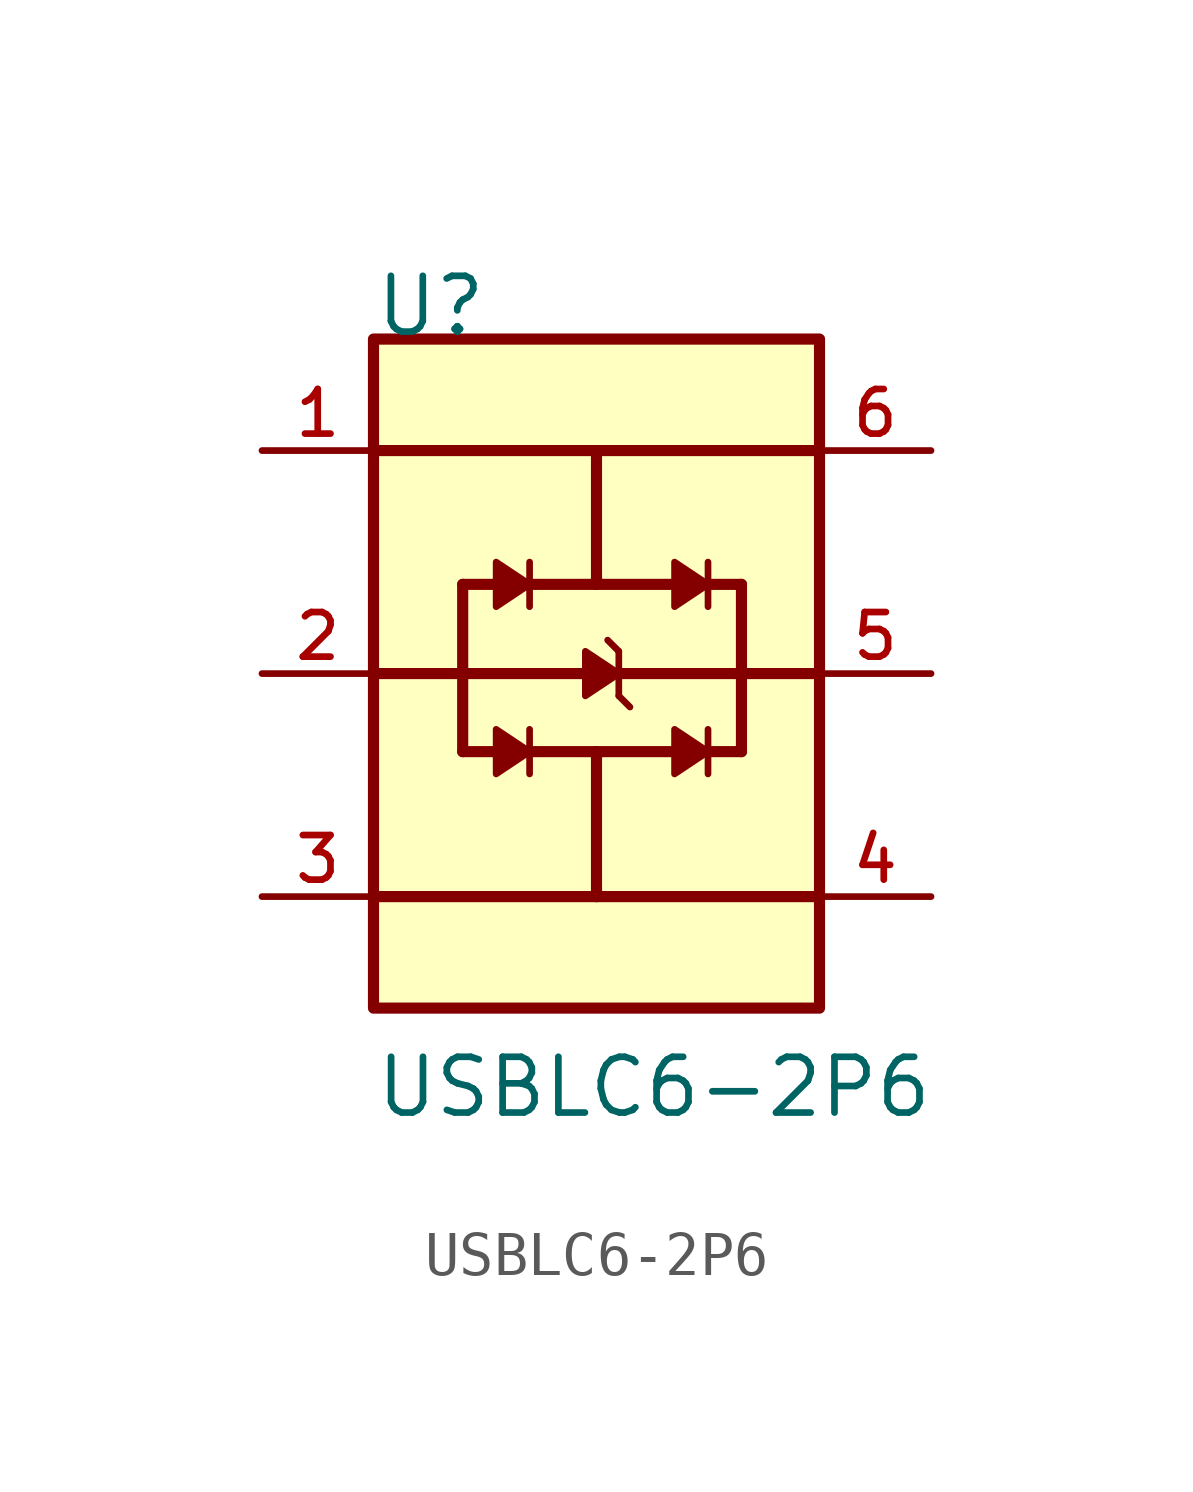
<source format=kicad_sym>
(kicad_symbol_lib
  (version 20211014)
  (generator kicad_symbol_editor)
  (symbol "USBLC6-2P6"
    (pin_names
      (offset 1.016))
    (property "Reference" "U"
      (at -5.085 7.627 0)
      (effects (font (size 1.27 1.27)) (justify bottom left)))
    (property "Value" "USBLC6-2P6"
      (at -5.081 -10.162 0)
      (effects (font (size 1.27 1.27)) (justify bottom left)))
    (symbol "USBLC6-2P6_0_0"
      (polyline (pts (xy -3.048 -1.778) (xy -3.048 0.0)) (stroke (width 0.254)))
      (polyline (pts (xy -3.048 0.0) (xy -3.048 2.032)) (stroke (width 0.254)))
      (polyline (pts (xy 3.302 2.032) (xy 3.302 -1.778)) (stroke (width 0.254)))
      (polyline (pts (xy 5.08 0.0) (xy 0.508 0.0)) (stroke (width 0.254)))
      (polyline (pts (xy 0.508 0.0) (xy -3.048 0.0)) (stroke (width 0.254)))
      (polyline (pts (xy 0.762 -0.762) (xy 0.508 -0.508)) (stroke (width 0.152)))
      (polyline (pts (xy 0.508 -0.508) (xy 0.508 0.0)) (stroke (width 0.152)))
      (polyline (pts (xy 0.508 0.0) (xy 0.508 0.508)) (stroke (width 0.152)))
      (polyline (pts (xy 0.508 0.508) (xy 0.254 0.762)) (stroke (width 0.152)))
      (polyline (pts (xy 0.508 0.0) (xy -0.254 0.508) (xy -0.254 -0.508) (xy 0.508 0.0)) (stroke (width 0.152)) (fill (type outline)))
      (polyline (pts (xy -1.524 2.032) (xy -3.048 2.032)) (stroke (width 0.254)))
      (polyline (pts (xy -1.524 1.524) (xy -1.524 2.032)) (stroke (width 0.152)))
      (polyline (pts (xy -1.524 2.032) (xy -1.524 2.54)) (stroke (width 0.152)))
      (polyline (pts (xy -1.524 2.032) (xy -2.286 2.54) (xy -2.286 1.524) (xy -1.524 2.032)) (stroke (width 0.152)) (fill (type outline)))
      (polyline (pts (xy 3.302 2.032) (xy 2.54 2.032)) (stroke (width 0.254)))
      (polyline (pts (xy 2.54 2.032) (xy 0.0 2.032)) (stroke (width 0.254)))
      (polyline (pts (xy 0.0 2.032) (xy -1.524 2.032)) (stroke (width 0.254)))
      (polyline (pts (xy 2.54 1.524) (xy 2.54 2.032)) (stroke (width 0.152)))
      (polyline (pts (xy 2.54 2.032) (xy 2.54 2.54)) (stroke (width 0.152)))
      (polyline (pts (xy 2.54 2.032) (xy 1.778 2.54) (xy 1.778 1.524) (xy 2.54 2.032)) (stroke (width 0.152)) (fill (type outline)))
      (polyline (pts (xy -1.524 -1.778) (xy -3.048 -1.778)) (stroke (width 0.254)))
      (polyline (pts (xy -1.524 -2.286) (xy -1.524 -1.778)) (stroke (width 0.152)))
      (polyline (pts (xy -1.524 -1.778) (xy -1.524 -1.27)) (stroke (width 0.152)))
      (polyline (pts (xy -1.524 -1.778) (xy -2.286 -1.27) (xy -2.286 -2.286) (xy -1.524 -1.778)) (stroke (width 0.152)) (fill (type outline)))
      (polyline (pts (xy 3.302 -1.778) (xy 2.54 -1.778)) (stroke (width 0.254)))
      (polyline (pts (xy 2.54 -1.778) (xy 0.0 -1.778)) (stroke (width 0.254)))
      (polyline (pts (xy 0.0 -1.778) (xy -1.524 -1.778)) (stroke (width 0.254)))
      (polyline (pts (xy 2.54 -2.286) (xy 2.54 -1.778)) (stroke (width 0.152)))
      (polyline (pts (xy 2.54 -1.778) (xy 2.54 -1.27)) (stroke (width 0.152)))
      (polyline (pts (xy 2.54 -1.778) (xy 1.778 -1.27) (xy 1.778 -2.286) (xy 2.54 -1.778)) (stroke (width 0.152)) (fill (type outline)))
      (polyline (pts (xy -3.048 0.0) (xy -5.08 0.0)) (stroke (width 0.254)))
      (polyline (pts (xy -5.08 5.08) (xy 0.0 5.08)) (stroke (width 0.254)))
      (polyline (pts (xy 0.0 5.08) (xy 5.08 5.08)) (stroke (width 0.254)))
      (polyline (pts (xy 0.0 2.032) (xy 0.0 5.08)) (stroke (width 0.254)))
      (polyline (pts (xy -5.08 -5.08) (xy 0.0 -5.08)) (stroke (width 0.254)))
      (polyline (pts (xy 0.0 -5.08) (xy 5.08 -5.08)) (stroke (width 0.254)))
      (polyline (pts (xy 0.0 -1.778) (xy 0.0 -5.08)) (stroke (width 0.254)))
      (rectangle (start -5.08 -7.62) (end 5.08 7.62) (stroke (width 0.254)) (fill (type background)))
      (pin bidirectional line (at -7.62 5.08 0) (length 2.54) (name "~" (effects (font (size 1.016 1.016)))) (number "1" (effects (font (size 1.016 1.016)))))
      (pin power_in line (at -7.62 0.0 0) (length 2.54) (name "~" (effects (font (size 1.016 1.016)))) (number "2" (effects (font (size 1.016 1.016)))))
      (pin bidirectional line (at -7.62 -5.08 0) (length 2.54) (name "~" (effects (font (size 1.016 1.016)))) (number "3" (effects (font (size 1.016 1.016)))))
      (pin power_in line (at 7.62 0.0 180.0) (length 2.54) (name "~" (effects (font (size 1.016 1.016)))) (number "5" (effects (font (size 1.016 1.016)))))
      (pin bidirectional line (at 7.62 5.08 180.0) (length 2.54) (name "~" (effects (font (size 1.016 1.016)))) (number "6" (effects (font (size 1.016 1.016)))))
      (pin bidirectional line (at 7.62 -5.08 180.0) (length 2.54) (name "~" (effects (font (size 1.016 1.016)))) (number "4" (effects (font (size 1.016 1.016))))))))
</source>
